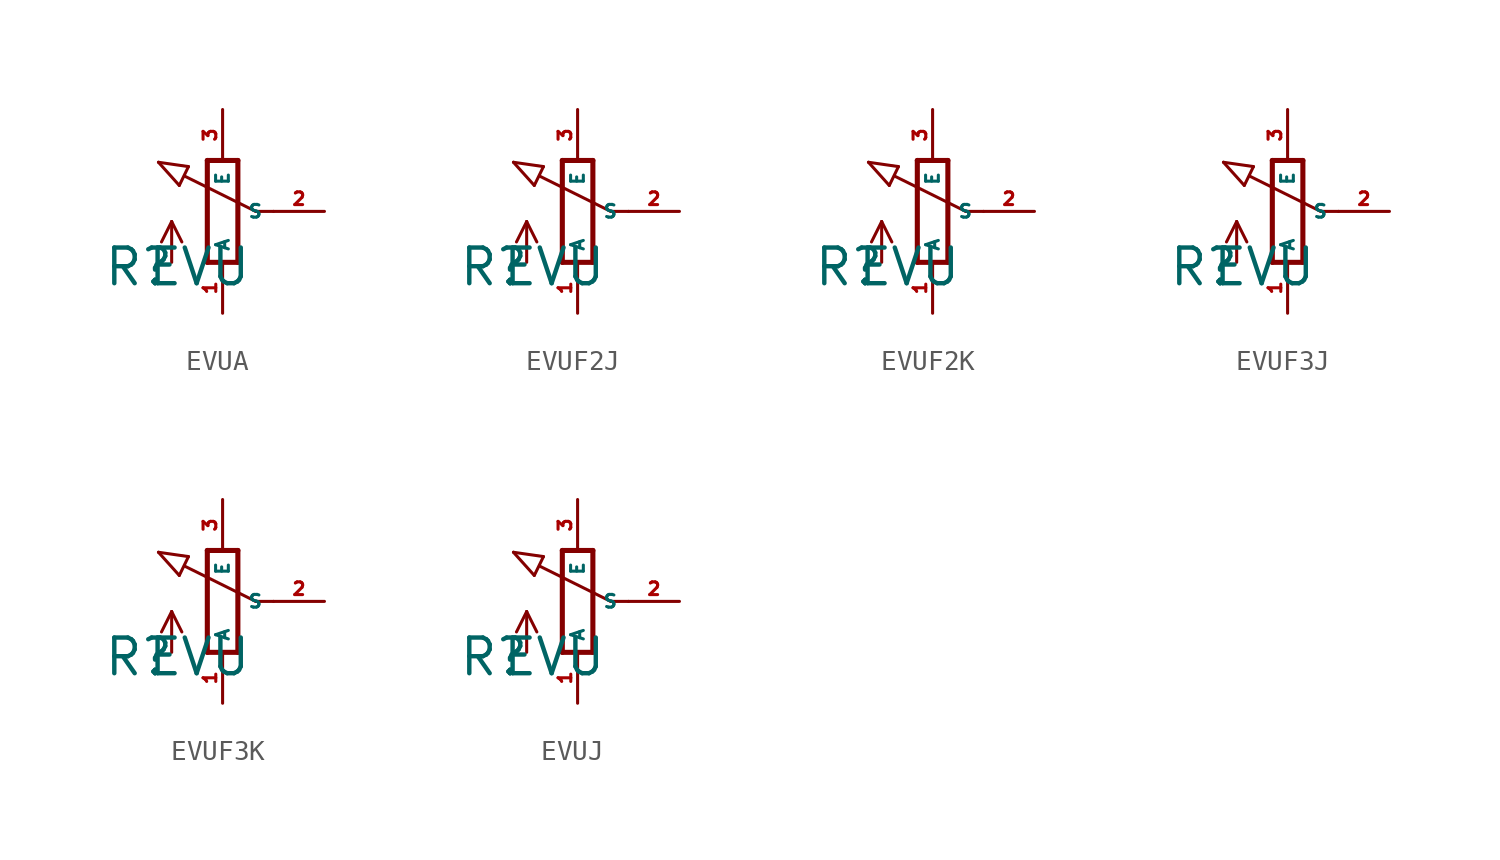
<source format=kicad_sym>
(kicad_symbol_lib
  (version 20220914)
  (generator Eagle2Kicad)
  (symbol "EVUA"
    (property "Reference" "R"
      (at -5.969 -3.81 0)
      (effects (font (size 1.778 1.778) (thickness 0.22)) (justify left bottom)))
    (property "Value" "EVU"
      (at -3.81 -3.81 0)
      (effects (font (size 1.778 1.778) (thickness 0.22)) (justify left bottom)))
    (polyline
      (pts (xy -0.762 2.54) (xy -0.762 -2.54))
      (stroke (width 0.254) (type default))
      (fill (type none)))
    (polyline
      (pts (xy 0.762 -2.54) (xy 0.762 2.54))
      (stroke (width 0.254) (type default))
      (fill (type none)))
    (polyline
      (pts (xy 2.54 0) (xy 1.651 0))
      (stroke (width 0.152) (type default))
      (fill (type none)))
    (polyline
      (pts (xy 1.651 0) (xy -1.88 1.753))
      (stroke (width 0.152) (type default))
      (fill (type none)))
    (polyline
      (pts (xy 0.762 2.54) (xy -0.762 2.54))
      (stroke (width 0.254) (type default))
      (fill (type none)))
    (polyline
      (pts (xy -0.762 -2.54) (xy 0.762 -2.54))
      (stroke (width 0.254) (type default))
      (fill (type none)))
    (polyline
      (pts (xy -2.16 1.294) (xy -3.199 2.45))
      (stroke (width 0.152) (type default))
      (fill (type none)))
    (polyline
      (pts (xy -3.199 2.45) (xy -1.702 2.235))
      (stroke (width 0.152) (type default))
      (fill (type none)))
    (polyline
      (pts (xy -2.54 -2.54) (xy -2.54 -0.508))
      (stroke (width 0.152) (type default))
      (fill (type none)))
    (polyline
      (pts (xy -2.54 -0.508) (xy -3.048 -1.524))
      (stroke (width 0.152) (type default))
      (fill (type none)))
    (polyline
      (pts (xy -2.54 -0.508) (xy -2.032 -1.524))
      (stroke (width 0.152) (type default))
      (fill (type none)))
    (polyline
      (pts (xy -2.16 1.294) (xy -1.702 2.235))
      (stroke (width 0.152) (type default))
      (fill (type none)))
    (pin passive line
      (at 0 -5.08 90)
      (length 2.54)
      (name "A" (effects (font (size 0.635 0.635) (thickness 0.08)) (justify left bottom)))
      (number "1" (effects (font (size 0.635 0.635) (thickness 0.08)) (justify left bottom))))
    (pin passive line
      (at 0 5.08 270)
      (length 2.54)
      (name "E" (effects (font (size 0.635 0.635) (thickness 0.08)) (justify left bottom)))
      (number "3" (effects (font (size 0.635 0.635) (thickness 0.08)) (justify left bottom))))
    (pin passive line
      (at 5.08 0 180)
      (length 2.54)
      (name "S" (effects (font (size 0.635 0.635) (thickness 0.08)) (justify left bottom)))
      (number "2" (effects (font (size 0.635 0.635) (thickness 0.08)) (justify left bottom)))))
  (symbol "EVUF2J"
    (property "Reference" "R"
      (at -5.969 -3.81 0)
      (effects (font (size 1.778 1.778) (thickness 0.22)) (justify left bottom)))
    (property "Value" "EVU"
      (at -3.81 -3.81 0)
      (effects (font (size 1.778 1.778) (thickness 0.22)) (justify left bottom)))
    (polyline
      (pts (xy -0.762 2.54) (xy -0.762 -2.54))
      (stroke (width 0.254) (type default))
      (fill (type none)))
    (polyline
      (pts (xy 0.762 -2.54) (xy 0.762 2.54))
      (stroke (width 0.254) (type default))
      (fill (type none)))
    (polyline
      (pts (xy 2.54 0) (xy 1.651 0))
      (stroke (width 0.152) (type default))
      (fill (type none)))
    (polyline
      (pts (xy 1.651 0) (xy -1.88 1.753))
      (stroke (width 0.152) (type default))
      (fill (type none)))
    (polyline
      (pts (xy 0.762 2.54) (xy -0.762 2.54))
      (stroke (width 0.254) (type default))
      (fill (type none)))
    (polyline
      (pts (xy -0.762 -2.54) (xy 0.762 -2.54))
      (stroke (width 0.254) (type default))
      (fill (type none)))
    (polyline
      (pts (xy -2.16 1.294) (xy -3.199 2.45))
      (stroke (width 0.152) (type default))
      (fill (type none)))
    (polyline
      (pts (xy -3.199 2.45) (xy -1.702 2.235))
      (stroke (width 0.152) (type default))
      (fill (type none)))
    (polyline
      (pts (xy -2.54 -2.54) (xy -2.54 -0.508))
      (stroke (width 0.152) (type default))
      (fill (type none)))
    (polyline
      (pts (xy -2.54 -0.508) (xy -3.048 -1.524))
      (stroke (width 0.152) (type default))
      (fill (type none)))
    (polyline
      (pts (xy -2.54 -0.508) (xy -2.032 -1.524))
      (stroke (width 0.152) (type default))
      (fill (type none)))
    (polyline
      (pts (xy -2.16 1.294) (xy -1.702 2.235))
      (stroke (width 0.152) (type default))
      (fill (type none)))
    (pin passive line
      (at 0 -5.08 90)
      (length 2.54)
      (name "A" (effects (font (size 0.635 0.635) (thickness 0.08)) (justify left bottom)))
      (number "1" (effects (font (size 0.635 0.635) (thickness 0.08)) (justify left bottom))))
    (pin passive line
      (at 0 5.08 270)
      (length 2.54)
      (name "E" (effects (font (size 0.635 0.635) (thickness 0.08)) (justify left bottom)))
      (number "3" (effects (font (size 0.635 0.635) (thickness 0.08)) (justify left bottom))))
    (pin passive line
      (at 5.08 0 180)
      (length 2.54)
      (name "S" (effects (font (size 0.635 0.635) (thickness 0.08)) (justify left bottom)))
      (number "2" (effects (font (size 0.635 0.635) (thickness 0.08)) (justify left bottom)))))
  (symbol "EVUF2K"
    (property "Reference" "R"
      (at -5.969 -3.81 0)
      (effects (font (size 1.778 1.778) (thickness 0.22)) (justify left bottom)))
    (property "Value" "EVU"
      (at -3.81 -3.81 0)
      (effects (font (size 1.778 1.778) (thickness 0.22)) (justify left bottom)))
    (polyline
      (pts (xy -0.762 2.54) (xy -0.762 -2.54))
      (stroke (width 0.254) (type default))
      (fill (type none)))
    (polyline
      (pts (xy 0.762 -2.54) (xy 0.762 2.54))
      (stroke (width 0.254) (type default))
      (fill (type none)))
    (polyline
      (pts (xy 2.54 0) (xy 1.651 0))
      (stroke (width 0.152) (type default))
      (fill (type none)))
    (polyline
      (pts (xy 1.651 0) (xy -1.88 1.753))
      (stroke (width 0.152) (type default))
      (fill (type none)))
    (polyline
      (pts (xy 0.762 2.54) (xy -0.762 2.54))
      (stroke (width 0.254) (type default))
      (fill (type none)))
    (polyline
      (pts (xy -0.762 -2.54) (xy 0.762 -2.54))
      (stroke (width 0.254) (type default))
      (fill (type none)))
    (polyline
      (pts (xy -2.16 1.294) (xy -3.199 2.45))
      (stroke (width 0.152) (type default))
      (fill (type none)))
    (polyline
      (pts (xy -3.199 2.45) (xy -1.702 2.235))
      (stroke (width 0.152) (type default))
      (fill (type none)))
    (polyline
      (pts (xy -2.54 -2.54) (xy -2.54 -0.508))
      (stroke (width 0.152) (type default))
      (fill (type none)))
    (polyline
      (pts (xy -2.54 -0.508) (xy -3.048 -1.524))
      (stroke (width 0.152) (type default))
      (fill (type none)))
    (polyline
      (pts (xy -2.54 -0.508) (xy -2.032 -1.524))
      (stroke (width 0.152) (type default))
      (fill (type none)))
    (polyline
      (pts (xy -2.16 1.294) (xy -1.702 2.235))
      (stroke (width 0.152) (type default))
      (fill (type none)))
    (pin passive line
      (at 0 -5.08 90)
      (length 2.54)
      (name "A" (effects (font (size 0.635 0.635) (thickness 0.08)) (justify left bottom)))
      (number "1" (effects (font (size 0.635 0.635) (thickness 0.08)) (justify left bottom))))
    (pin passive line
      (at 0 5.08 270)
      (length 2.54)
      (name "E" (effects (font (size 0.635 0.635) (thickness 0.08)) (justify left bottom)))
      (number "3" (effects (font (size 0.635 0.635) (thickness 0.08)) (justify left bottom))))
    (pin passive line
      (at 5.08 0 180)
      (length 2.54)
      (name "S" (effects (font (size 0.635 0.635) (thickness 0.08)) (justify left bottom)))
      (number "2" (effects (font (size 0.635 0.635) (thickness 0.08)) (justify left bottom)))))
  (symbol "EVUF3J"
    (property "Reference" "R"
      (at -5.969 -3.81 0)
      (effects (font (size 1.778 1.778) (thickness 0.22)) (justify left bottom)))
    (property "Value" "EVU"
      (at -3.81 -3.81 0)
      (effects (font (size 1.778 1.778) (thickness 0.22)) (justify left bottom)))
    (polyline
      (pts (xy -0.762 2.54) (xy -0.762 -2.54))
      (stroke (width 0.254) (type default))
      (fill (type none)))
    (polyline
      (pts (xy 0.762 -2.54) (xy 0.762 2.54))
      (stroke (width 0.254) (type default))
      (fill (type none)))
    (polyline
      (pts (xy 2.54 0) (xy 1.651 0))
      (stroke (width 0.152) (type default))
      (fill (type none)))
    (polyline
      (pts (xy 1.651 0) (xy -1.88 1.753))
      (stroke (width 0.152) (type default))
      (fill (type none)))
    (polyline
      (pts (xy 0.762 2.54) (xy -0.762 2.54))
      (stroke (width 0.254) (type default))
      (fill (type none)))
    (polyline
      (pts (xy -0.762 -2.54) (xy 0.762 -2.54))
      (stroke (width 0.254) (type default))
      (fill (type none)))
    (polyline
      (pts (xy -2.16 1.294) (xy -3.199 2.45))
      (stroke (width 0.152) (type default))
      (fill (type none)))
    (polyline
      (pts (xy -3.199 2.45) (xy -1.702 2.235))
      (stroke (width 0.152) (type default))
      (fill (type none)))
    (polyline
      (pts (xy -2.54 -2.54) (xy -2.54 -0.508))
      (stroke (width 0.152) (type default))
      (fill (type none)))
    (polyline
      (pts (xy -2.54 -0.508) (xy -3.048 -1.524))
      (stroke (width 0.152) (type default))
      (fill (type none)))
    (polyline
      (pts (xy -2.54 -0.508) (xy -2.032 -1.524))
      (stroke (width 0.152) (type default))
      (fill (type none)))
    (polyline
      (pts (xy -2.16 1.294) (xy -1.702 2.235))
      (stroke (width 0.152) (type default))
      (fill (type none)))
    (pin passive line
      (at 0 -5.08 90)
      (length 2.54)
      (name "A" (effects (font (size 0.635 0.635) (thickness 0.08)) (justify left bottom)))
      (number "1" (effects (font (size 0.635 0.635) (thickness 0.08)) (justify left bottom))))
    (pin passive line
      (at 0 5.08 270)
      (length 2.54)
      (name "E" (effects (font (size 0.635 0.635) (thickness 0.08)) (justify left bottom)))
      (number "3" (effects (font (size 0.635 0.635) (thickness 0.08)) (justify left bottom))))
    (pin passive line
      (at 5.08 0 180)
      (length 2.54)
      (name "S" (effects (font (size 0.635 0.635) (thickness 0.08)) (justify left bottom)))
      (number "2" (effects (font (size 0.635 0.635) (thickness 0.08)) (justify left bottom)))))
  (symbol "EVUF3K"
    (property "Reference" "R"
      (at -5.969 -3.81 0)
      (effects (font (size 1.778 1.778) (thickness 0.22)) (justify left bottom)))
    (property "Value" "EVU"
      (at -3.81 -3.81 0)
      (effects (font (size 1.778 1.778) (thickness 0.22)) (justify left bottom)))
    (polyline
      (pts (xy -0.762 2.54) (xy -0.762 -2.54))
      (stroke (width 0.254) (type default))
      (fill (type none)))
    (polyline
      (pts (xy 0.762 -2.54) (xy 0.762 2.54))
      (stroke (width 0.254) (type default))
      (fill (type none)))
    (polyline
      (pts (xy 2.54 0) (xy 1.651 0))
      (stroke (width 0.152) (type default))
      (fill (type none)))
    (polyline
      (pts (xy 1.651 0) (xy -1.88 1.753))
      (stroke (width 0.152) (type default))
      (fill (type none)))
    (polyline
      (pts (xy 0.762 2.54) (xy -0.762 2.54))
      (stroke (width 0.254) (type default))
      (fill (type none)))
    (polyline
      (pts (xy -0.762 -2.54) (xy 0.762 -2.54))
      (stroke (width 0.254) (type default))
      (fill (type none)))
    (polyline
      (pts (xy -2.16 1.294) (xy -3.199 2.45))
      (stroke (width 0.152) (type default))
      (fill (type none)))
    (polyline
      (pts (xy -3.199 2.45) (xy -1.702 2.235))
      (stroke (width 0.152) (type default))
      (fill (type none)))
    (polyline
      (pts (xy -2.54 -2.54) (xy -2.54 -0.508))
      (stroke (width 0.152) (type default))
      (fill (type none)))
    (polyline
      (pts (xy -2.54 -0.508) (xy -3.048 -1.524))
      (stroke (width 0.152) (type default))
      (fill (type none)))
    (polyline
      (pts (xy -2.54 -0.508) (xy -2.032 -1.524))
      (stroke (width 0.152) (type default))
      (fill (type none)))
    (polyline
      (pts (xy -2.16 1.294) (xy -1.702 2.235))
      (stroke (width 0.152) (type default))
      (fill (type none)))
    (pin passive line
      (at 0 -5.08 90)
      (length 2.54)
      (name "A" (effects (font (size 0.635 0.635) (thickness 0.08)) (justify left bottom)))
      (number "1" (effects (font (size 0.635 0.635) (thickness 0.08)) (justify left bottom))))
    (pin passive line
      (at 0 5.08 270)
      (length 2.54)
      (name "E" (effects (font (size 0.635 0.635) (thickness 0.08)) (justify left bottom)))
      (number "3" (effects (font (size 0.635 0.635) (thickness 0.08)) (justify left bottom))))
    (pin passive line
      (at 5.08 0 180)
      (length 2.54)
      (name "S" (effects (font (size 0.635 0.635) (thickness 0.08)) (justify left bottom)))
      (number "2" (effects (font (size 0.635 0.635) (thickness 0.08)) (justify left bottom)))))
  (symbol "EVUJ"
    (property "Reference" "R"
      (at -5.969 -3.81 0)
      (effects (font (size 1.778 1.778) (thickness 0.22)) (justify left bottom)))
    (property "Value" "EVU"
      (at -3.81 -3.81 0)
      (effects (font (size 1.778 1.778) (thickness 0.22)) (justify left bottom)))
    (polyline
      (pts (xy -0.762 2.54) (xy -0.762 -2.54))
      (stroke (width 0.254) (type default))
      (fill (type none)))
    (polyline
      (pts (xy 0.762 -2.54) (xy 0.762 2.54))
      (stroke (width 0.254) (type default))
      (fill (type none)))
    (polyline
      (pts (xy 2.54 0) (xy 1.651 0))
      (stroke (width 0.152) (type default))
      (fill (type none)))
    (polyline
      (pts (xy 1.651 0) (xy -1.88 1.753))
      (stroke (width 0.152) (type default))
      (fill (type none)))
    (polyline
      (pts (xy 0.762 2.54) (xy -0.762 2.54))
      (stroke (width 0.254) (type default))
      (fill (type none)))
    (polyline
      (pts (xy -0.762 -2.54) (xy 0.762 -2.54))
      (stroke (width 0.254) (type default))
      (fill (type none)))
    (polyline
      (pts (xy -2.16 1.294) (xy -3.199 2.45))
      (stroke (width 0.152) (type default))
      (fill (type none)))
    (polyline
      (pts (xy -3.199 2.45) (xy -1.702 2.235))
      (stroke (width 0.152) (type default))
      (fill (type none)))
    (polyline
      (pts (xy -2.54 -2.54) (xy -2.54 -0.508))
      (stroke (width 0.152) (type default))
      (fill (type none)))
    (polyline
      (pts (xy -2.54 -0.508) (xy -3.048 -1.524))
      (stroke (width 0.152) (type default))
      (fill (type none)))
    (polyline
      (pts (xy -2.54 -0.508) (xy -2.032 -1.524))
      (stroke (width 0.152) (type default))
      (fill (type none)))
    (polyline
      (pts (xy -2.16 1.294) (xy -1.702 2.235))
      (stroke (width 0.152) (type default))
      (fill (type none)))
    (pin passive line
      (at 0 -5.08 90)
      (length 2.54)
      (name "A" (effects (font (size 0.635 0.635) (thickness 0.08)) (justify left bottom)))
      (number "1" (effects (font (size 0.635 0.635) (thickness 0.08)) (justify left bottom))))
    (pin passive line
      (at 0 5.08 270)
      (length 2.54)
      (name "E" (effects (font (size 0.635 0.635) (thickness 0.08)) (justify left bottom)))
      (number "3" (effects (font (size 0.635 0.635) (thickness 0.08)) (justify left bottom))))
    (pin passive line
      (at 5.08 0 180)
      (length 2.54)
      (name "S" (effects (font (size 0.635 0.635) (thickness 0.08)) (justify left bottom)))
      (number "2" (effects (font (size 0.635 0.635) (thickness 0.08)) (justify left bottom))))))
</source>
